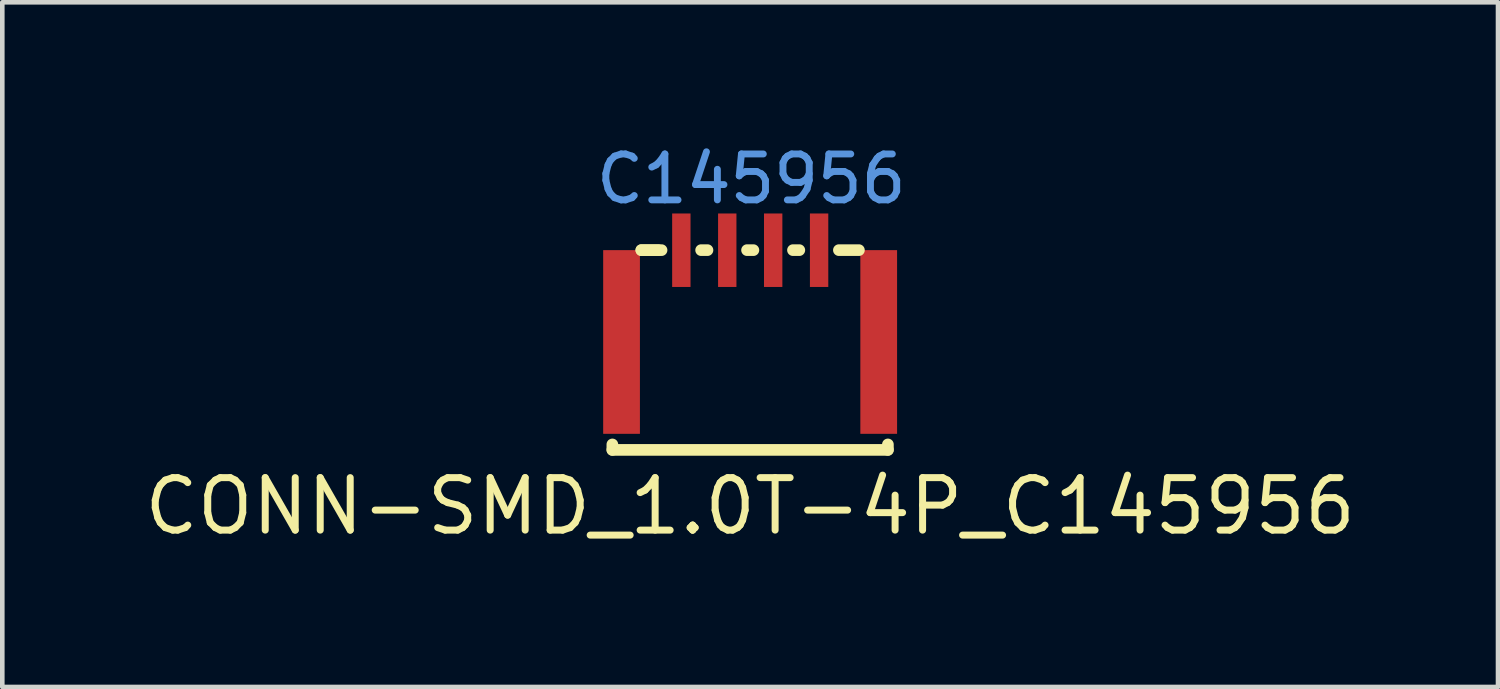
<source format=kicad_pcb>
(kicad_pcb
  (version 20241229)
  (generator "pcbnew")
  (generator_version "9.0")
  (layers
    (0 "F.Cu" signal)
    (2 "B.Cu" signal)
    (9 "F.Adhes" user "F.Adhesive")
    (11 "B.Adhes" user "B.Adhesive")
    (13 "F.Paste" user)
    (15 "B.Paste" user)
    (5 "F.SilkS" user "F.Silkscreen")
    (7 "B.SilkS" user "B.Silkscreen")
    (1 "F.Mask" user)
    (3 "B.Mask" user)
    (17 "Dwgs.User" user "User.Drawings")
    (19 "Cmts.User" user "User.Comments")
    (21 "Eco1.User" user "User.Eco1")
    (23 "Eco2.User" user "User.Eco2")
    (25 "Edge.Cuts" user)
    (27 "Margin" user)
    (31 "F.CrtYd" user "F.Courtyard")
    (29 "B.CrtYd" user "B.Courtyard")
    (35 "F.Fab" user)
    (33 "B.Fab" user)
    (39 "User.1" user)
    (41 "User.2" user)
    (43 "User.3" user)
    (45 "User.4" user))
  (footprint "CONN-SMD_1.0T-4P_C145956"
    (layer "F.Cu")
    (at 13.285 3.398)
    (property "Reference" "CONN-SMD_1.0T-4P_C145956" (at 0 4.575 0) (layer "F.SilkS") (effects (font (size 1.143 1.143) (thickness 0.152))))
    (attr smd)
    (fp_line (start -3 3.349) (end -3 3.23) (stroke (width 0.254) (type solid)) (layer "F.SilkS"))
    (fp_line (start -3 3.349) (end 3 3.349) (stroke (width 0.254) (type solid)) (layer "F.SilkS"))
    (fp_line (start -2.369 -1.001) (end -1.929 -1.001) (stroke (width 0.254) (type solid)) (layer "F.SilkS"))
    (fp_line (start -2 -1.001) (end -2.369 -1.001) (stroke (width 0.254) (type solid)) (layer "F.SilkS"))
    (fp_line (start -1.067 -1.001) (end -0.929 -1.001) (stroke (width 0.254) (type solid)) (layer "F.SilkS"))
    (fp_line (start -0.067 -1.001) (end 0.071 -1.001) (stroke (width 0.254) (type solid)) (layer "F.SilkS"))
    (fp_line (start 0.933 -1.001) (end 1.071 -1.001) (stroke (width 0.254) (type solid)) (layer "F.SilkS"))
    (fp_line (start 1.933 -1.001) (end 2.369 -1.001) (stroke (width 0.254) (type solid)) (layer "F.SilkS"))
    (fp_line (start 3 3.349) (end 3 3.23) (stroke (width 0.254) (type solid)) (layer "F.SilkS"))
    (fp_text user "C145956" (at 0.025 -2.55 0) (layer "Cmts.User") (effects (font (size 1 1) (thickness 0.15))))
    (pad "0" smd rect (at -2.8 0.999) (size 0.8 4) (layers "F.Cu" "F.Mask" "F.Paste"))
    (pad "0" smd rect (at 2.8 0.999) (size 0.8 4) (layers "F.Cu" "F.Mask" "F.Paste"))
    (pad "1" smd rect (at -1.498 -0.999) (size 0.4 1.6) (layers "F.Cu" "F.Mask" "F.Paste"))
    (pad "2" smd rect (at -0.498 -0.999) (size 0.4 1.6) (layers "F.Cu" "F.Mask" "F.Paste"))
    (pad "3" smd rect (at 0.502 -0.999) (size 0.4 1.6) (layers "F.Cu" "F.Mask" "F.Paste"))
    (pad "4" smd rect (at 1.502 -0.999) (size 0.4 1.6) (layers "F.Cu" "F.Mask" "F.Paste")))
  (gr_rect
    (start -3 -3)
    (end 29.571 11.909)
    (stroke (width 0.1) (type default))
    (fill no)
    (layer "Edge.Cuts")))
</source>
